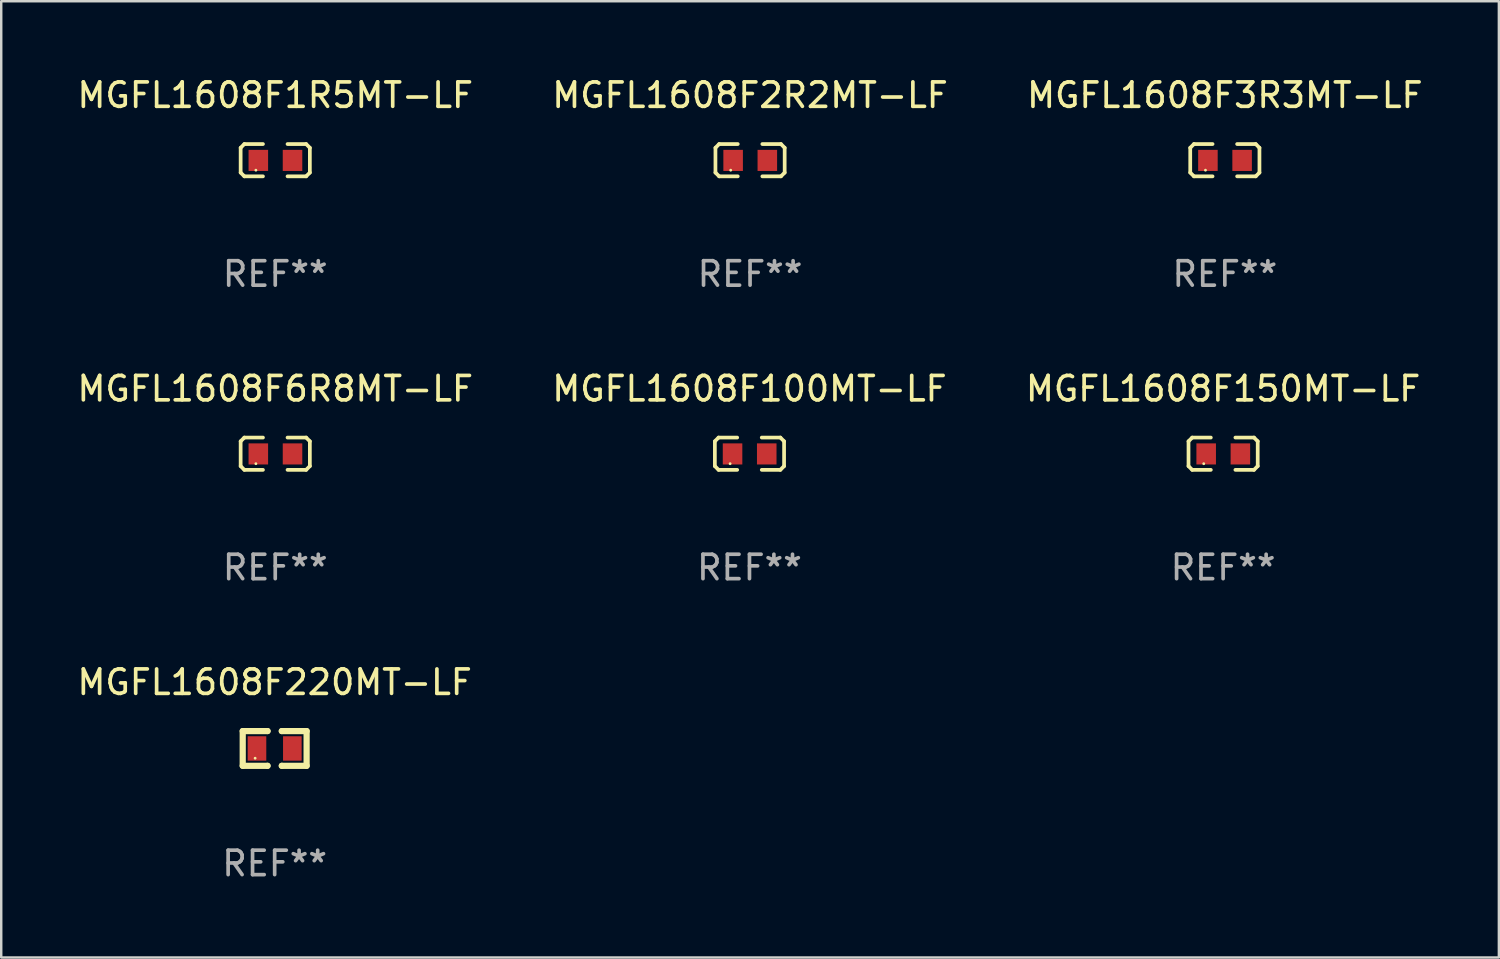
<source format=kicad_pcb>
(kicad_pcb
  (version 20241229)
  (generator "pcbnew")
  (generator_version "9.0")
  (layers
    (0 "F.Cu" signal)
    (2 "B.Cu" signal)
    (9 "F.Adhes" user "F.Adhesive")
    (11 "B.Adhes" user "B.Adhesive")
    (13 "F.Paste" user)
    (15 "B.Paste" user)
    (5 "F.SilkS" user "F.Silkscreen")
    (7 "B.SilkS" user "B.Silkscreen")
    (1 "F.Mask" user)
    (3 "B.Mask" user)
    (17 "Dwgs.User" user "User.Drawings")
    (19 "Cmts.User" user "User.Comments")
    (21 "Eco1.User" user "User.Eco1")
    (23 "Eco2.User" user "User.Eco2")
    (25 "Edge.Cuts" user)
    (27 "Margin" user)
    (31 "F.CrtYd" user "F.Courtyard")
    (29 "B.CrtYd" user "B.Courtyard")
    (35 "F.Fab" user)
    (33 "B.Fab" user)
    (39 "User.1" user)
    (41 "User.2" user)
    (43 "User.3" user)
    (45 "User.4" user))
  (footprint "MGFL1608F150MT-LF"
    (layer "F.Cu")
    (at 47.03 15.527)
    (property "Reference" "MGFL1608F150MT-LF" (at 0 -2.661 0) (layer "F.SilkS") (effects (font (size 1 1) (thickness 0.15))))
    (attr through_hole)
    (fp_line (start -1.417 -0.508) (end -1.265 -0.661) (stroke (width 0.152) (type solid)) (layer "F.SilkS"))
    (fp_line (start -1.417 0.508) (end -1.417 -0.508) (stroke (width 0.152) (type solid)) (layer "F.SilkS"))
    (fp_line (start -1.265 -0.661) (end -0.503 -0.661) (stroke (width 0.152) (type solid)) (layer "F.SilkS"))
    (fp_line (start -1.265 0.661) (end -1.417 0.508) (stroke (width 0.152) (type solid)) (layer "F.SilkS"))
    (fp_line (start -1.265 0.661) (end -0.503 0.661) (stroke (width 0.152) (type solid)) (layer "F.SilkS"))
    (fp_line (start 1.265 -0.661) (end 0.503 -0.661) (stroke (width 0.152) (type solid)) (layer "F.SilkS"))
    (fp_line (start 1.265 -0.661) (end 1.417 -0.508) (stroke (width 0.152) (type solid)) (layer "F.SilkS"))
    (fp_line (start 1.265 0.661) (end 0.503 0.661) (stroke (width 0.152) (type solid)) (layer "F.SilkS"))
    (fp_line (start 1.417 -0.508) (end 1.417 0.508) (stroke (width 0.152) (type solid)) (layer "F.SilkS"))
    (fp_line (start 1.417 0.508) (end 1.265 0.661) (stroke (width 0.152) (type solid)) (layer "F.SilkS"))
    (fp_circle (center -0.793 0.409) (end -0.763 0.409) (stroke (width 0.06) (type solid)) (fill no) (layer "F.SilkS"))
    (fp_text user "REF**" (at 0 4.661 0) (layer "F.Fab") (effects (font (size 1 1) (thickness 0.15))))
    (pad "1" smd rect (at -0.693 0.009 180) (size 0.8 0.864) (layers "F.Cu" "F.Mask" "F.Paste"))
    (pad "2" smd rect (at 0.707 0.009 180) (size 0.8 0.864) (layers "F.Cu" "F.Mask" "F.Paste")))
  (footprint "MGFL1608F6R8MT-LF"
    (layer "F.Cu")
    (at 8.22 15.527)
    (property "Reference" "MGFL1608F6R8MT-LF" (at 0 -2.661 0) (layer "F.SilkS") (effects (font (size 1 1) (thickness 0.15))))
    (attr through_hole)
    (fp_line (start -1.417 -0.508) (end -1.265 -0.661) (stroke (width 0.152) (type solid)) (layer "F.SilkS"))
    (fp_line (start -1.417 0.508) (end -1.417 -0.508) (stroke (width 0.152) (type solid)) (layer "F.SilkS"))
    (fp_line (start -1.265 -0.661) (end -0.503 -0.661) (stroke (width 0.152) (type solid)) (layer "F.SilkS"))
    (fp_line (start -1.265 0.661) (end -1.417 0.508) (stroke (width 0.152) (type solid)) (layer "F.SilkS"))
    (fp_line (start -1.265 0.661) (end -0.503 0.661) (stroke (width 0.152) (type solid)) (layer "F.SilkS"))
    (fp_line (start 1.265 -0.661) (end 0.503 -0.661) (stroke (width 0.152) (type solid)) (layer "F.SilkS"))
    (fp_line (start 1.265 -0.661) (end 1.417 -0.508) (stroke (width 0.152) (type solid)) (layer "F.SilkS"))
    (fp_line (start 1.265 0.661) (end 0.503 0.661) (stroke (width 0.152) (type solid)) (layer "F.SilkS"))
    (fp_line (start 1.417 -0.508) (end 1.417 0.508) (stroke (width 0.152) (type solid)) (layer "F.SilkS"))
    (fp_line (start 1.417 0.508) (end 1.265 0.661) (stroke (width 0.152) (type solid)) (layer "F.SilkS"))
    (fp_circle (center -0.793 0.409) (end -0.763 0.409) (stroke (width 0.06) (type solid)) (fill no) (layer "F.SilkS"))
    (fp_text user "REF**" (at 0 4.661 0) (layer "F.Fab") (effects (font (size 1 1) (thickness 0.15))))
    (pad "1" smd rect (at -0.693 0.009 180) (size 0.8 0.864) (layers "F.Cu" "F.Mask" "F.Paste"))
    (pad "2" smd rect (at 0.707 0.009 180) (size 0.8 0.864) (layers "F.Cu" "F.Mask" "F.Paste")))
  (footprint "MGFL1608F3R3MT-LF"
    (layer "F.Cu")
    (at 47.101 3.509)
    (property "Reference" "MGFL1608F3R3MT-LF" (at 0 -2.661 0) (layer "F.SilkS") (effects (font (size 1 1) (thickness 0.15))))
    (attr through_hole)
    (fp_line (start -1.417 -0.508) (end -1.265 -0.661) (stroke (width 0.152) (type solid)) (layer "F.SilkS"))
    (fp_line (start -1.417 0.508) (end -1.417 -0.508) (stroke (width 0.152) (type solid)) (layer "F.SilkS"))
    (fp_line (start -1.265 -0.661) (end -0.503 -0.661) (stroke (width 0.152) (type solid)) (layer "F.SilkS"))
    (fp_line (start -1.265 0.661) (end -1.417 0.508) (stroke (width 0.152) (type solid)) (layer "F.SilkS"))
    (fp_line (start -1.265 0.661) (end -0.503 0.661) (stroke (width 0.152) (type solid)) (layer "F.SilkS"))
    (fp_line (start 1.265 -0.661) (end 0.503 -0.661) (stroke (width 0.152) (type solid)) (layer "F.SilkS"))
    (fp_line (start 1.265 -0.661) (end 1.417 -0.508) (stroke (width 0.152) (type solid)) (layer "F.SilkS"))
    (fp_line (start 1.265 0.661) (end 0.503 0.661) (stroke (width 0.152) (type solid)) (layer "F.SilkS"))
    (fp_line (start 1.417 -0.508) (end 1.417 0.508) (stroke (width 0.152) (type solid)) (layer "F.SilkS"))
    (fp_line (start 1.417 0.508) (end 1.265 0.661) (stroke (width 0.152) (type solid)) (layer "F.SilkS"))
    (fp_circle (center -0.793 0.409) (end -0.763 0.409) (stroke (width 0.06) (type solid)) (fill no) (layer "F.SilkS"))
    (fp_text user "REF**" (at 0 4.661 0) (layer "F.Fab") (effects (font (size 1 1) (thickness 0.15))))
    (pad "1" smd rect (at -0.693 0.009 180) (size 0.8 0.864) (layers "F.Cu" "F.Mask" "F.Paste"))
    (pad "2" smd rect (at 0.707 0.009 180) (size 0.8 0.864) (layers "F.Cu" "F.Mask" "F.Paste")))
  (footprint "MGFL1608F1R5MT-LF"
    (layer "F.Cu")
    (at 8.22 3.509)
    (property "Reference" "MGFL1608F1R5MT-LF" (at 0 -2.661 0) (layer "F.SilkS") (effects (font (size 1 1) (thickness 0.15))))
    (attr through_hole)
    (fp_line (start -1.417 -0.508) (end -1.265 -0.661) (stroke (width 0.152) (type solid)) (layer "F.SilkS"))
    (fp_line (start -1.417 0.508) (end -1.417 -0.508) (stroke (width 0.152) (type solid)) (layer "F.SilkS"))
    (fp_line (start -1.265 -0.661) (end -0.503 -0.661) (stroke (width 0.152) (type solid)) (layer "F.SilkS"))
    (fp_line (start -1.265 0.661) (end -1.417 0.508) (stroke (width 0.152) (type solid)) (layer "F.SilkS"))
    (fp_line (start -1.265 0.661) (end -0.503 0.661) (stroke (width 0.152) (type solid)) (layer "F.SilkS"))
    (fp_line (start 1.265 -0.661) (end 0.503 -0.661) (stroke (width 0.152) (type solid)) (layer "F.SilkS"))
    (fp_line (start 1.265 -0.661) (end 1.417 -0.508) (stroke (width 0.152) (type solid)) (layer "F.SilkS"))
    (fp_line (start 1.265 0.661) (end 0.503 0.661) (stroke (width 0.152) (type solid)) (layer "F.SilkS"))
    (fp_line (start 1.417 -0.508) (end 1.417 0.508) (stroke (width 0.152) (type solid)) (layer "F.SilkS"))
    (fp_line (start 1.417 0.508) (end 1.265 0.661) (stroke (width 0.152) (type solid)) (layer "F.SilkS"))
    (fp_circle (center -0.793 0.409) (end -0.763 0.409) (stroke (width 0.06) (type solid)) (fill no) (layer "F.SilkS"))
    (fp_text user "REF**" (at 0 4.661 0) (layer "F.Fab") (effects (font (size 1 1) (thickness 0.15))))
    (pad "1" smd rect (at -0.693 0.009 180) (size 0.8 0.864) (layers "F.Cu" "F.Mask" "F.Paste"))
    (pad "2" smd rect (at 0.707 0.009 180) (size 0.8 0.864) (layers "F.Cu" "F.Mask" "F.Paste")))
  (footprint "MGFL1608F2R2MT-LF"
    (layer "F.Cu")
    (at 27.661 3.509)
    (property "Reference" "MGFL1608F2R2MT-LF" (at 0 -2.661 0) (layer "F.SilkS") (effects (font (size 1 1) (thickness 0.15))))
    (attr through_hole)
    (fp_line (start -1.417 -0.508) (end -1.265 -0.661) (stroke (width 0.152) (type solid)) (layer "F.SilkS"))
    (fp_line (start -1.417 0.508) (end -1.417 -0.508) (stroke (width 0.152) (type solid)) (layer "F.SilkS"))
    (fp_line (start -1.265 -0.661) (end -0.503 -0.661) (stroke (width 0.152) (type solid)) (layer "F.SilkS"))
    (fp_line (start -1.265 0.661) (end -1.417 0.508) (stroke (width 0.152) (type solid)) (layer "F.SilkS"))
    (fp_line (start -1.265 0.661) (end -0.503 0.661) (stroke (width 0.152) (type solid)) (layer "F.SilkS"))
    (fp_line (start 1.265 -0.661) (end 0.503 -0.661) (stroke (width 0.152) (type solid)) (layer "F.SilkS"))
    (fp_line (start 1.265 -0.661) (end 1.417 -0.508) (stroke (width 0.152) (type solid)) (layer "F.SilkS"))
    (fp_line (start 1.265 0.661) (end 0.503 0.661) (stroke (width 0.152) (type solid)) (layer "F.SilkS"))
    (fp_line (start 1.417 -0.508) (end 1.417 0.508) (stroke (width 0.152) (type solid)) (layer "F.SilkS"))
    (fp_line (start 1.417 0.508) (end 1.265 0.661) (stroke (width 0.152) (type solid)) (layer "F.SilkS"))
    (fp_circle (center -0.793 0.409) (end -0.763 0.409) (stroke (width 0.06) (type solid)) (fill no) (layer "F.SilkS"))
    (fp_text user "REF**" (at 0 4.661 0) (layer "F.Fab") (effects (font (size 1 1) (thickness 0.15))))
    (pad "1" smd rect (at -0.693 0.009 180) (size 0.8 0.864) (layers "F.Cu" "F.Mask" "F.Paste"))
    (pad "2" smd rect (at 0.707 0.009 180) (size 0.8 0.864) (layers "F.Cu" "F.Mask" "F.Paste")))
  (footprint "MGFL1608F100MT-LF"
    (layer "F.Cu")
    (at 27.637 15.527)
    (property "Reference" "MGFL1608F100MT-LF" (at 0 -2.661 0) (layer "F.SilkS") (effects (font (size 1 1) (thickness 0.15))))
    (attr through_hole)
    (fp_line (start -1.417 -0.508) (end -1.265 -0.661) (stroke (width 0.152) (type solid)) (layer "F.SilkS"))
    (fp_line (start -1.417 0.508) (end -1.417 -0.508) (stroke (width 0.152) (type solid)) (layer "F.SilkS"))
    (fp_line (start -1.265 -0.661) (end -0.503 -0.661) (stroke (width 0.152) (type solid)) (layer "F.SilkS"))
    (fp_line (start -1.265 0.661) (end -1.417 0.508) (stroke (width 0.152) (type solid)) (layer "F.SilkS"))
    (fp_line (start -1.265 0.661) (end -0.503 0.661) (stroke (width 0.152) (type solid)) (layer "F.SilkS"))
    (fp_line (start 1.265 -0.661) (end 0.503 -0.661) (stroke (width 0.152) (type solid)) (layer "F.SilkS"))
    (fp_line (start 1.265 -0.661) (end 1.417 -0.508) (stroke (width 0.152) (type solid)) (layer "F.SilkS"))
    (fp_line (start 1.265 0.661) (end 0.503 0.661) (stroke (width 0.152) (type solid)) (layer "F.SilkS"))
    (fp_line (start 1.417 -0.508) (end 1.417 0.508) (stroke (width 0.152) (type solid)) (layer "F.SilkS"))
    (fp_line (start 1.417 0.508) (end 1.265 0.661) (stroke (width 0.152) (type solid)) (layer "F.SilkS"))
    (fp_circle (center -0.793 0.409) (end -0.763 0.409) (stroke (width 0.06) (type solid)) (fill no) (layer "F.SilkS"))
    (fp_text user "REF**" (at 0 4.661 0) (layer "F.Fab") (effects (font (size 1 1) (thickness 0.15))))
    (pad "1" smd rect (at -0.693 0.009 180) (size 0.8 0.864) (layers "F.Cu" "F.Mask" "F.Paste"))
    (pad "2" smd rect (at 0.707 0.009 180) (size 0.8 0.864) (layers "F.Cu" "F.Mask" "F.Paste")))
  (footprint "MGFL1608F220MT-LF"
    (layer "F.Cu")
    (at 8.196 27.595)
    (property "Reference" "MGFL1608F220MT-LF" (at 0 -2.711 0) (layer "F.SilkS") (effects (font (size 1 1) (thickness 0.15))))
    (attr through_hole)
    (fp_line (start -1.308 -0.711) (end -1.308 0.711) (stroke (width 0.254) (type solid)) (layer "F.SilkS"))
    (fp_line (start -1.308 0.711) (end -0.292 0.711) (stroke (width 0.254) (type solid)) (layer "F.SilkS"))
    (fp_line (start -0.292 -0.711) (end -1.308 -0.711) (stroke (width 0.254) (type solid)) (layer "F.SilkS"))
    (fp_line (start -0.292 -0.711) (end -0.292 -0.711) (stroke (width 0.254) (type solid)) (layer "F.SilkS"))
    (fp_line (start -0.292 0.711) (end -0.292 0.711) (stroke (width 0.254) (type solid)) (layer "F.SilkS"))
    (fp_line (start 0.292 -0.711) (end 0.292 -0.711) (stroke (width 0.254) (type solid)) (layer "F.SilkS"))
    (fp_line (start 0.292 -0.711) (end 1.308 -0.711) (stroke (width 0.254) (type solid)) (layer "F.SilkS"))
    (fp_line (start 0.292 0.711) (end 0.292 0.711) (stroke (width 0.254) (type solid)) (layer "F.SilkS"))
    (fp_line (start 1.308 -0.711) (end 1.308 0.711) (stroke (width 0.254) (type solid)) (layer "F.SilkS"))
    (fp_line (start 1.308 0.711) (end 0.292 0.711) (stroke (width 0.254) (type solid)) (layer "F.SilkS"))
    (fp_circle (center -0.8 0.4) (end -0.77 0.4) (stroke (width 0.06) (type solid)) (fill no) (layer "F.SilkS"))
    (fp_text user "REF**" (at 0 4.711 0) (layer "F.Fab") (effects (font (size 1 1) (thickness 0.15))))
    (pad "1" smd rect (at -0.724 0.000254) (size 0.762 1) (layers "F.Cu" "F.Mask" "F.Paste"))
    (pad "2" smd rect (at 0.724 0.000254) (size 0.762 1) (layers "F.Cu" "F.Mask" "F.Paste")))
  (gr_rect
    (start -3 -3)
    (end 58.321 36.154)
    (stroke (width 0.1) (type default))
    (fill no)
    (layer "Edge.Cuts")))
</source>
